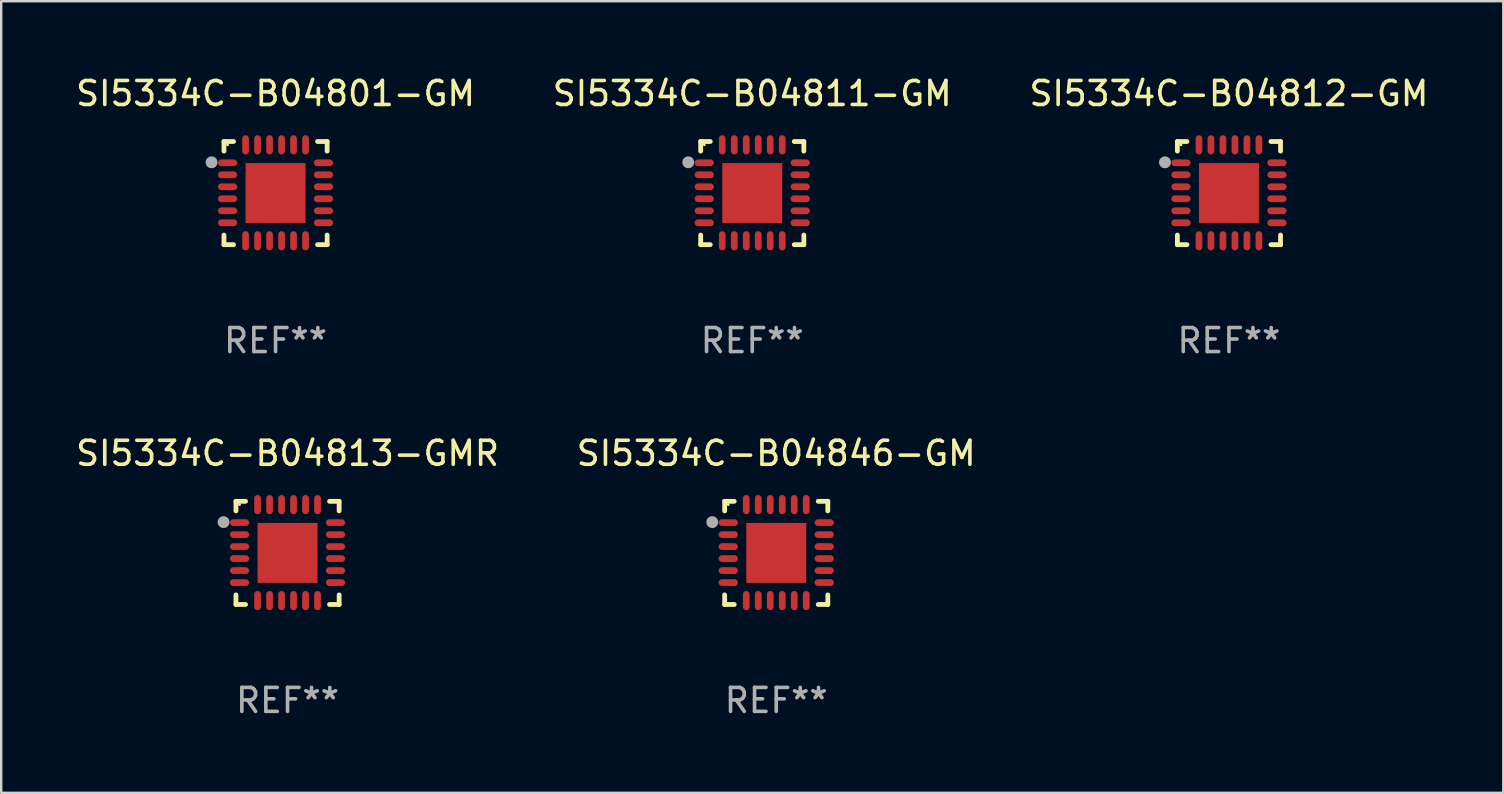
<source format=kicad_pcb>
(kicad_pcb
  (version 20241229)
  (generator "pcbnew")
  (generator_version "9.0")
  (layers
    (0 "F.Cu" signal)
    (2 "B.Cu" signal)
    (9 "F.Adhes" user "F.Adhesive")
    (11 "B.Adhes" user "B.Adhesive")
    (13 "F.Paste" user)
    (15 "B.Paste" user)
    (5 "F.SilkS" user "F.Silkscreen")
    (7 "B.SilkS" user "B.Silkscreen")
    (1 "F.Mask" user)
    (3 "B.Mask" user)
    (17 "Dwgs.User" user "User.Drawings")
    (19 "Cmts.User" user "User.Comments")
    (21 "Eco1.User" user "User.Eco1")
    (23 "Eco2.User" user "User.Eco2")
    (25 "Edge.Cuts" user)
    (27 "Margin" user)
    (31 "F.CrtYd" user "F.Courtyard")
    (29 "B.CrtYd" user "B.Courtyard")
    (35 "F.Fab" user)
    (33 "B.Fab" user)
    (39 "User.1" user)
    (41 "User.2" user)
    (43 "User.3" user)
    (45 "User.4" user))
  (footprint "SI5334C-B04846-GM"
    (layer "F.Cu")
    (at 29.304 19.995)
    (property "Reference" "SI5334C-B04846-GM" (at 0 -4.15 0) (layer "F.SilkS") (effects (font (size 1 1) (thickness 0.15))))
    (attr through_hole)
    (fp_line (start -2.15 -2.15) (end -1.75 -2.15) (stroke (width 0.2) (type solid)) (layer "F.SilkS"))
    (fp_line (start -2.15 -1.75) (end -2.15 -2.15) (stroke (width 0.2) (type solid)) (layer "F.SilkS"))
    (fp_line (start -2.15 2.15) (end -2.15 1.75) (stroke (width 0.2) (type solid)) (layer "F.SilkS"))
    (fp_line (start -1.75 2.15) (end -2.15 2.15) (stroke (width 0.2) (type solid)) (layer "F.SilkS"))
    (fp_line (start 1.75 -2.15) (end 2.15 -2.15) (stroke (width 0.2) (type solid)) (layer "F.SilkS"))
    (fp_line (start 1.75 2.15) (end 2.15 2.15) (stroke (width 0.2) (type solid)) (layer "F.SilkS"))
    (fp_line (start 2.15 -2.15) (end 2.15 -1.75) (stroke (width 0.2) (type solid)) (layer "F.SilkS"))
    (fp_line (start 2.15 2.15) (end 2.15 1.75) (stroke (width 0.2) (type solid)) (layer "F.SilkS"))
    (fp_circle (center -2 -2.013) (end -1.97 -2.013) (stroke (width 0.06) (type solid)) (fill no) (layer "F.SilkS"))
    (fp_circle (center -2.667 -1.283) (end -2.542 -1.283) (stroke (width 0.25) (type solid)) (fill no) (layer "F.Fab"))
    (fp_text user "REF**" (at 0 6.15 0) (layer "F.Fab") (effects (font (size 1 1) (thickness 0.15))))
    (pad "1" smd oval (at -2 -1.263) (size 0.8 0.28) (layers "F.Cu" "F.Mask" "F.Paste"))
    (pad "2" smd oval (at -2 -0.763) (size 0.8 0.28) (layers "F.Cu" "F.Mask" "F.Paste"))
    (pad "3" smd oval (at -2 -0.263) (size 0.8 0.28) (layers "F.Cu" "F.Mask" "F.Paste"))
    (pad "4" smd oval (at -2 0.237) (size 0.8 0.28) (layers "F.Cu" "F.Mask" "F.Paste"))
    (pad "5" smd oval (at -2 0.737) (size 0.8 0.28) (layers "F.Cu" "F.Mask" "F.Paste"))
    (pad "6" smd oval (at -2 1.237) (size 0.8 0.28) (layers "F.Cu" "F.Mask" "F.Paste"))
    (pad "7" smd oval (at -1.25 1.987) (size 0.28 0.8) (layers "F.Cu" "F.Mask" "F.Paste"))
    (pad "8" smd oval (at -0.75 1.987) (size 0.28 0.8) (layers "F.Cu" "F.Mask" "F.Paste"))
    (pad "9" smd oval (at -0.25 1.987) (size 0.28 0.8) (layers "F.Cu" "F.Mask" "F.Paste"))
    (pad "10" smd oval (at 0.25 1.987) (size 0.28 0.8) (layers "F.Cu" "F.Mask" "F.Paste"))
    (pad "11" smd oval (at 0.75 1.987) (size 0.28 0.8) (layers "F.Cu" "F.Mask" "F.Paste"))
    (pad "12" smd oval (at 1.25 1.987) (size 0.28 0.8) (layers "F.Cu" "F.Mask" "F.Paste"))
    (pad "13" smd oval (at 2 1.237) (size 0.8 0.28) (layers "F.Cu" "F.Mask" "F.Paste"))
    (pad "14" smd oval (at 2 0.737) (size 0.8 0.28) (layers "F.Cu" "F.Mask" "F.Paste"))
    (pad "15" smd oval (at 2 0.237) (size 0.8 0.28) (layers "F.Cu" "F.Mask" "F.Paste"))
    (pad "16" smd oval (at 2 -0.263) (size 0.8 0.28) (layers "F.Cu" "F.Mask" "F.Paste"))
    (pad "17" smd oval (at 2 -0.763) (size 0.8 0.28) (layers "F.Cu" "F.Mask" "F.Paste"))
    (pad "18" smd oval (at 2 -1.263) (size 0.8 0.28) (layers "F.Cu" "F.Mask" "F.Paste"))
    (pad "19" smd oval (at 1.25 -2.013) (size 0.28 0.8) (layers "F.Cu" "F.Mask" "F.Paste"))
    (pad "20" smd oval (at 0.75 -2.013) (size 0.28 0.8) (layers "F.Cu" "F.Mask" "F.Paste"))
    (pad "21" smd oval (at 0.25 -2.013) (size 0.28 0.8) (layers "F.Cu" "F.Mask" "F.Paste"))
    (pad "22" smd oval (at -0.25 -2.013) (size 0.28 0.8) (layers "F.Cu" "F.Mask" "F.Paste"))
    (pad "23" smd oval (at -0.75 -2.013) (size 0.28 0.8) (layers "F.Cu" "F.Mask" "F.Paste"))
    (pad "24" smd oval (at -1.25 -2.013) (size 0.28 0.8) (layers "F.Cu" "F.Mask" "F.Paste"))
    (pad "25" smd rect (at -0.000127 -0.00014) (size 2.5 2.5) (layers "F.Cu" "F.Mask" "F.Paste")))
  (footprint "SI5334C-B04811-GM"
    (layer "F.Cu")
    (at 28.304 4.998)
    (property "Reference" "SI5334C-B04811-GM" (at 0 -4.15 0) (layer "F.SilkS") (effects (font (size 1 1) (thickness 0.15))))
    (attr through_hole)
    (fp_line (start -2.15 -2.15) (end -1.75 -2.15) (stroke (width 0.2) (type solid)) (layer "F.SilkS"))
    (fp_line (start -2.15 -1.75) (end -2.15 -2.15) (stroke (width 0.2) (type solid)) (layer "F.SilkS"))
    (fp_line (start -2.15 2.15) (end -2.15 1.75) (stroke (width 0.2) (type solid)) (layer "F.SilkS"))
    (fp_line (start -1.75 2.15) (end -2.15 2.15) (stroke (width 0.2) (type solid)) (layer "F.SilkS"))
    (fp_line (start 1.75 -2.15) (end 2.15 -2.15) (stroke (width 0.2) (type solid)) (layer "F.SilkS"))
    (fp_line (start 1.75 2.15) (end 2.15 2.15) (stroke (width 0.2) (type solid)) (layer "F.SilkS"))
    (fp_line (start 2.15 -2.15) (end 2.15 -1.75) (stroke (width 0.2) (type solid)) (layer "F.SilkS"))
    (fp_line (start 2.15 2.15) (end 2.15 1.75) (stroke (width 0.2) (type solid)) (layer "F.SilkS"))
    (fp_circle (center -2 -2.013) (end -1.97 -2.013) (stroke (width 0.06) (type solid)) (fill no) (layer "F.SilkS"))
    (fp_circle (center -2.667 -1.283) (end -2.542 -1.283) (stroke (width 0.25) (type solid)) (fill no) (layer "F.Fab"))
    (fp_text user "REF**" (at 0 6.15 0) (layer "F.Fab") (effects (font (size 1 1) (thickness 0.15))))
    (pad "1" smd oval (at -2 -1.263) (size 0.8 0.28) (layers "F.Cu" "F.Mask" "F.Paste"))
    (pad "2" smd oval (at -2 -0.763) (size 0.8 0.28) (layers "F.Cu" "F.Mask" "F.Paste"))
    (pad "3" smd oval (at -2 -0.263) (size 0.8 0.28) (layers "F.Cu" "F.Mask" "F.Paste"))
    (pad "4" smd oval (at -2 0.237) (size 0.8 0.28) (layers "F.Cu" "F.Mask" "F.Paste"))
    (pad "5" smd oval (at -2 0.737) (size 0.8 0.28) (layers "F.Cu" "F.Mask" "F.Paste"))
    (pad "6" smd oval (at -2 1.237) (size 0.8 0.28) (layers "F.Cu" "F.Mask" "F.Paste"))
    (pad "7" smd oval (at -1.25 1.987) (size 0.28 0.8) (layers "F.Cu" "F.Mask" "F.Paste"))
    (pad "8" smd oval (at -0.75 1.987) (size 0.28 0.8) (layers "F.Cu" "F.Mask" "F.Paste"))
    (pad "9" smd oval (at -0.25 1.987) (size 0.28 0.8) (layers "F.Cu" "F.Mask" "F.Paste"))
    (pad "10" smd oval (at 0.25 1.987) (size 0.28 0.8) (layers "F.Cu" "F.Mask" "F.Paste"))
    (pad "11" smd oval (at 0.75 1.987) (size 0.28 0.8) (layers "F.Cu" "F.Mask" "F.Paste"))
    (pad "12" smd oval (at 1.25 1.987) (size 0.28 0.8) (layers "F.Cu" "F.Mask" "F.Paste"))
    (pad "13" smd oval (at 2 1.237) (size 0.8 0.28) (layers "F.Cu" "F.Mask" "F.Paste"))
    (pad "14" smd oval (at 2 0.737) (size 0.8 0.28) (layers "F.Cu" "F.Mask" "F.Paste"))
    (pad "15" smd oval (at 2 0.237) (size 0.8 0.28) (layers "F.Cu" "F.Mask" "F.Paste"))
    (pad "16" smd oval (at 2 -0.263) (size 0.8 0.28) (layers "F.Cu" "F.Mask" "F.Paste"))
    (pad "17" smd oval (at 2 -0.763) (size 0.8 0.28) (layers "F.Cu" "F.Mask" "F.Paste"))
    (pad "18" smd oval (at 2 -1.263) (size 0.8 0.28) (layers "F.Cu" "F.Mask" "F.Paste"))
    (pad "19" smd oval (at 1.25 -2.013) (size 0.28 0.8) (layers "F.Cu" "F.Mask" "F.Paste"))
    (pad "20" smd oval (at 0.75 -2.013) (size 0.28 0.8) (layers "F.Cu" "F.Mask" "F.Paste"))
    (pad "21" smd oval (at 0.25 -2.013) (size 0.28 0.8) (layers "F.Cu" "F.Mask" "F.Paste"))
    (pad "22" smd oval (at -0.25 -2.013) (size 0.28 0.8) (layers "F.Cu" "F.Mask" "F.Paste"))
    (pad "23" smd oval (at -0.75 -2.013) (size 0.28 0.8) (layers "F.Cu" "F.Mask" "F.Paste"))
    (pad "24" smd oval (at -1.25 -2.013) (size 0.28 0.8) (layers "F.Cu" "F.Mask" "F.Paste"))
    (pad "25" smd rect (at -0.000127 -0.00014) (size 2.5 2.5) (layers "F.Cu" "F.Mask" "F.Paste")))
  (footprint "SI5334C-B04813-GMR"
    (layer "F.Cu")
    (at 8.935 19.995)
    (property "Reference" "SI5334C-B04813-GMR" (at 0 -4.15 0) (layer "F.SilkS") (effects (font (size 1 1) (thickness 0.15))))
    (attr through_hole)
    (fp_line (start -2.15 -2.15) (end -1.75 -2.15) (stroke (width 0.2) (type solid)) (layer "F.SilkS"))
    (fp_line (start -2.15 -1.75) (end -2.15 -2.15) (stroke (width 0.2) (type solid)) (layer "F.SilkS"))
    (fp_line (start -2.15 2.15) (end -2.15 1.75) (stroke (width 0.2) (type solid)) (layer "F.SilkS"))
    (fp_line (start -1.75 2.15) (end -2.15 2.15) (stroke (width 0.2) (type solid)) (layer "F.SilkS"))
    (fp_line (start 1.75 -2.15) (end 2.15 -2.15) (stroke (width 0.2) (type solid)) (layer "F.SilkS"))
    (fp_line (start 1.75 2.15) (end 2.15 2.15) (stroke (width 0.2) (type solid)) (layer "F.SilkS"))
    (fp_line (start 2.15 -2.15) (end 2.15 -1.75) (stroke (width 0.2) (type solid)) (layer "F.SilkS"))
    (fp_line (start 2.15 2.15) (end 2.15 1.75) (stroke (width 0.2) (type solid)) (layer "F.SilkS"))
    (fp_circle (center -2 -2.013) (end -1.97 -2.013) (stroke (width 0.06) (type solid)) (fill no) (layer "F.SilkS"))
    (fp_circle (center -2.667 -1.283) (end -2.542 -1.283) (stroke (width 0.25) (type solid)) (fill no) (layer "F.Fab"))
    (fp_text user "REF**" (at 0 6.15 0) (layer "F.Fab") (effects (font (size 1 1) (thickness 0.15))))
    (pad "1" smd oval (at -2 -1.263) (size 0.8 0.28) (layers "F.Cu" "F.Mask" "F.Paste"))
    (pad "2" smd oval (at -2 -0.763) (size 0.8 0.28) (layers "F.Cu" "F.Mask" "F.Paste"))
    (pad "3" smd oval (at -2 -0.263) (size 0.8 0.28) (layers "F.Cu" "F.Mask" "F.Paste"))
    (pad "4" smd oval (at -2 0.237) (size 0.8 0.28) (layers "F.Cu" "F.Mask" "F.Paste"))
    (pad "5" smd oval (at -2 0.737) (size 0.8 0.28) (layers "F.Cu" "F.Mask" "F.Paste"))
    (pad "6" smd oval (at -2 1.237) (size 0.8 0.28) (layers "F.Cu" "F.Mask" "F.Paste"))
    (pad "7" smd oval (at -1.25 1.987) (size 0.28 0.8) (layers "F.Cu" "F.Mask" "F.Paste"))
    (pad "8" smd oval (at -0.75 1.987) (size 0.28 0.8) (layers "F.Cu" "F.Mask" "F.Paste"))
    (pad "9" smd oval (at -0.25 1.987) (size 0.28 0.8) (layers "F.Cu" "F.Mask" "F.Paste"))
    (pad "10" smd oval (at 0.25 1.987) (size 0.28 0.8) (layers "F.Cu" "F.Mask" "F.Paste"))
    (pad "11" smd oval (at 0.75 1.987) (size 0.28 0.8) (layers "F.Cu" "F.Mask" "F.Paste"))
    (pad "12" smd oval (at 1.25 1.987) (size 0.28 0.8) (layers "F.Cu" "F.Mask" "F.Paste"))
    (pad "13" smd oval (at 2 1.237) (size 0.8 0.28) (layers "F.Cu" "F.Mask" "F.Paste"))
    (pad "14" smd oval (at 2 0.737) (size 0.8 0.28) (layers "F.Cu" "F.Mask" "F.Paste"))
    (pad "15" smd oval (at 2 0.237) (size 0.8 0.28) (layers "F.Cu" "F.Mask" "F.Paste"))
    (pad "16" smd oval (at 2 -0.263) (size 0.8 0.28) (layers "F.Cu" "F.Mask" "F.Paste"))
    (pad "17" smd oval (at 2 -0.763) (size 0.8 0.28) (layers "F.Cu" "F.Mask" "F.Paste"))
    (pad "18" smd oval (at 2 -1.263) (size 0.8 0.28) (layers "F.Cu" "F.Mask" "F.Paste"))
    (pad "19" smd oval (at 1.25 -2.013) (size 0.28 0.8) (layers "F.Cu" "F.Mask" "F.Paste"))
    (pad "20" smd oval (at 0.75 -2.013) (size 0.28 0.8) (layers "F.Cu" "F.Mask" "F.Paste"))
    (pad "21" smd oval (at 0.25 -2.013) (size 0.28 0.8) (layers "F.Cu" "F.Mask" "F.Paste"))
    (pad "22" smd oval (at -0.25 -2.013) (size 0.28 0.8) (layers "F.Cu" "F.Mask" "F.Paste"))
    (pad "23" smd oval (at -0.75 -2.013) (size 0.28 0.8) (layers "F.Cu" "F.Mask" "F.Paste"))
    (pad "24" smd oval (at -1.25 -2.013) (size 0.28 0.8) (layers "F.Cu" "F.Mask" "F.Paste"))
    (pad "25" smd rect (at -0.000127 -0.00014) (size 2.5 2.5) (layers "F.Cu" "F.Mask" "F.Paste")))
  (footprint "SI5334C-B04801-GM"
    (layer "F.Cu")
    (at 8.435 4.998)
    (property "Reference" "SI5334C-B04801-GM" (at 0 -4.15 0) (layer "F.SilkS") (effects (font (size 1 1) (thickness 0.15))))
    (attr through_hole)
    (fp_line (start -2.15 -2.15) (end -1.75 -2.15) (stroke (width 0.2) (type solid)) (layer "F.SilkS"))
    (fp_line (start -2.15 -1.75) (end -2.15 -2.15) (stroke (width 0.2) (type solid)) (layer "F.SilkS"))
    (fp_line (start -2.15 2.15) (end -2.15 1.75) (stroke (width 0.2) (type solid)) (layer "F.SilkS"))
    (fp_line (start -1.75 2.15) (end -2.15 2.15) (stroke (width 0.2) (type solid)) (layer "F.SilkS"))
    (fp_line (start 1.75 -2.15) (end 2.15 -2.15) (stroke (width 0.2) (type solid)) (layer "F.SilkS"))
    (fp_line (start 1.75 2.15) (end 2.15 2.15) (stroke (width 0.2) (type solid)) (layer "F.SilkS"))
    (fp_line (start 2.15 -2.15) (end 2.15 -1.75) (stroke (width 0.2) (type solid)) (layer "F.SilkS"))
    (fp_line (start 2.15 2.15) (end 2.15 1.75) (stroke (width 0.2) (type solid)) (layer "F.SilkS"))
    (fp_circle (center -2 -2.013) (end -1.97 -2.013) (stroke (width 0.06) (type solid)) (fill no) (layer "F.SilkS"))
    (fp_circle (center -2.667 -1.283) (end -2.542 -1.283) (stroke (width 0.25) (type solid)) (fill no) (layer "F.Fab"))
    (fp_text user "REF**" (at 0 6.15 0) (layer "F.Fab") (effects (font (size 1 1) (thickness 0.15))))
    (pad "1" smd oval (at -2 -1.263) (size 0.8 0.28) (layers "F.Cu" "F.Mask" "F.Paste"))
    (pad "2" smd oval (at -2 -0.763) (size 0.8 0.28) (layers "F.Cu" "F.Mask" "F.Paste"))
    (pad "3" smd oval (at -2 -0.263) (size 0.8 0.28) (layers "F.Cu" "F.Mask" "F.Paste"))
    (pad "4" smd oval (at -2 0.237) (size 0.8 0.28) (layers "F.Cu" "F.Mask" "F.Paste"))
    (pad "5" smd oval (at -2 0.737) (size 0.8 0.28) (layers "F.Cu" "F.Mask" "F.Paste"))
    (pad "6" smd oval (at -2 1.237) (size 0.8 0.28) (layers "F.Cu" "F.Mask" "F.Paste"))
    (pad "7" smd oval (at -1.25 1.987) (size 0.28 0.8) (layers "F.Cu" "F.Mask" "F.Paste"))
    (pad "8" smd oval (at -0.75 1.987) (size 0.28 0.8) (layers "F.Cu" "F.Mask" "F.Paste"))
    (pad "9" smd oval (at -0.25 1.987) (size 0.28 0.8) (layers "F.Cu" "F.Mask" "F.Paste"))
    (pad "10" smd oval (at 0.25 1.987) (size 0.28 0.8) (layers "F.Cu" "F.Mask" "F.Paste"))
    (pad "11" smd oval (at 0.75 1.987) (size 0.28 0.8) (layers "F.Cu" "F.Mask" "F.Paste"))
    (pad "12" smd oval (at 1.25 1.987) (size 0.28 0.8) (layers "F.Cu" "F.Mask" "F.Paste"))
    (pad "13" smd oval (at 2 1.237) (size 0.8 0.28) (layers "F.Cu" "F.Mask" "F.Paste"))
    (pad "14" smd oval (at 2 0.737) (size 0.8 0.28) (layers "F.Cu" "F.Mask" "F.Paste"))
    (pad "15" smd oval (at 2 0.237) (size 0.8 0.28) (layers "F.Cu" "F.Mask" "F.Paste"))
    (pad "16" smd oval (at 2 -0.263) (size 0.8 0.28) (layers "F.Cu" "F.Mask" "F.Paste"))
    (pad "17" smd oval (at 2 -0.763) (size 0.8 0.28) (layers "F.Cu" "F.Mask" "F.Paste"))
    (pad "18" smd oval (at 2 -1.263) (size 0.8 0.28) (layers "F.Cu" "F.Mask" "F.Paste"))
    (pad "19" smd oval (at 1.25 -2.013) (size 0.28 0.8) (layers "F.Cu" "F.Mask" "F.Paste"))
    (pad "20" smd oval (at 0.75 -2.013) (size 0.28 0.8) (layers "F.Cu" "F.Mask" "F.Paste"))
    (pad "21" smd oval (at 0.25 -2.013) (size 0.28 0.8) (layers "F.Cu" "F.Mask" "F.Paste"))
    (pad "22" smd oval (at -0.25 -2.013) (size 0.28 0.8) (layers "F.Cu" "F.Mask" "F.Paste"))
    (pad "23" smd oval (at -0.75 -2.013) (size 0.28 0.8) (layers "F.Cu" "F.Mask" "F.Paste"))
    (pad "24" smd oval (at -1.25 -2.013) (size 0.28 0.8) (layers "F.Cu" "F.Mask" "F.Paste"))
    (pad "25" smd rect (at -0.000127 -0.00014) (size 2.5 2.5) (layers "F.Cu" "F.Mask" "F.Paste")))
  (footprint "SI5334C-B04812-GM"
    (layer "F.Cu")
    (at 48.173 4.998)
    (property "Reference" "SI5334C-B04812-GM" (at 0 -4.15 0) (layer "F.SilkS") (effects (font (size 1 1) (thickness 0.15))))
    (attr through_hole)
    (fp_line (start -2.15 -2.15) (end -1.75 -2.15) (stroke (width 0.2) (type solid)) (layer "F.SilkS"))
    (fp_line (start -2.15 -1.75) (end -2.15 -2.15) (stroke (width 0.2) (type solid)) (layer "F.SilkS"))
    (fp_line (start -2.15 2.15) (end -2.15 1.75) (stroke (width 0.2) (type solid)) (layer "F.SilkS"))
    (fp_line (start -1.75 2.15) (end -2.15 2.15) (stroke (width 0.2) (type solid)) (layer "F.SilkS"))
    (fp_line (start 1.75 -2.15) (end 2.15 -2.15) (stroke (width 0.2) (type solid)) (layer "F.SilkS"))
    (fp_line (start 1.75 2.15) (end 2.15 2.15) (stroke (width 0.2) (type solid)) (layer "F.SilkS"))
    (fp_line (start 2.15 -2.15) (end 2.15 -1.75) (stroke (width 0.2) (type solid)) (layer "F.SilkS"))
    (fp_line (start 2.15 2.15) (end 2.15 1.75) (stroke (width 0.2) (type solid)) (layer "F.SilkS"))
    (fp_circle (center -2 -2.013) (end -1.97 -2.013) (stroke (width 0.06) (type solid)) (fill no) (layer "F.SilkS"))
    (fp_circle (center -2.667 -1.283) (end -2.542 -1.283) (stroke (width 0.25) (type solid)) (fill no) (layer "F.Fab"))
    (fp_text user "REF**" (at 0 6.15 0) (layer "F.Fab") (effects (font (size 1 1) (thickness 0.15))))
    (pad "1" smd oval (at -2 -1.263) (size 0.8 0.28) (layers "F.Cu" "F.Mask" "F.Paste"))
    (pad "2" smd oval (at -2 -0.763) (size 0.8 0.28) (layers "F.Cu" "F.Mask" "F.Paste"))
    (pad "3" smd oval (at -2 -0.263) (size 0.8 0.28) (layers "F.Cu" "F.Mask" "F.Paste"))
    (pad "4" smd oval (at -2 0.237) (size 0.8 0.28) (layers "F.Cu" "F.Mask" "F.Paste"))
    (pad "5" smd oval (at -2 0.737) (size 0.8 0.28) (layers "F.Cu" "F.Mask" "F.Paste"))
    (pad "6" smd oval (at -2 1.237) (size 0.8 0.28) (layers "F.Cu" "F.Mask" "F.Paste"))
    (pad "7" smd oval (at -1.25 1.987) (size 0.28 0.8) (layers "F.Cu" "F.Mask" "F.Paste"))
    (pad "8" smd oval (at -0.75 1.987) (size 0.28 0.8) (layers "F.Cu" "F.Mask" "F.Paste"))
    (pad "9" smd oval (at -0.25 1.987) (size 0.28 0.8) (layers "F.Cu" "F.Mask" "F.Paste"))
    (pad "10" smd oval (at 0.25 1.987) (size 0.28 0.8) (layers "F.Cu" "F.Mask" "F.Paste"))
    (pad "11" smd oval (at 0.75 1.987) (size 0.28 0.8) (layers "F.Cu" "F.Mask" "F.Paste"))
    (pad "12" smd oval (at 1.25 1.987) (size 0.28 0.8) (layers "F.Cu" "F.Mask" "F.Paste"))
    (pad "13" smd oval (at 2 1.237) (size 0.8 0.28) (layers "F.Cu" "F.Mask" "F.Paste"))
    (pad "14" smd oval (at 2 0.737) (size 0.8 0.28) (layers "F.Cu" "F.Mask" "F.Paste"))
    (pad "15" smd oval (at 2 0.237) (size 0.8 0.28) (layers "F.Cu" "F.Mask" "F.Paste"))
    (pad "16" smd oval (at 2 -0.263) (size 0.8 0.28) (layers "F.Cu" "F.Mask" "F.Paste"))
    (pad "17" smd oval (at 2 -0.763) (size 0.8 0.28) (layers "F.Cu" "F.Mask" "F.Paste"))
    (pad "18" smd oval (at 2 -1.263) (size 0.8 0.28) (layers "F.Cu" "F.Mask" "F.Paste"))
    (pad "19" smd oval (at 1.25 -2.013) (size 0.28 0.8) (layers "F.Cu" "F.Mask" "F.Paste"))
    (pad "20" smd oval (at 0.75 -2.013) (size 0.28 0.8) (layers "F.Cu" "F.Mask" "F.Paste"))
    (pad "21" smd oval (at 0.25 -2.013) (size 0.28 0.8) (layers "F.Cu" "F.Mask" "F.Paste"))
    (pad "22" smd oval (at -0.25 -2.013) (size 0.28 0.8) (layers "F.Cu" "F.Mask" "F.Paste"))
    (pad "23" smd oval (at -0.75 -2.013) (size 0.28 0.8) (layers "F.Cu" "F.Mask" "F.Paste"))
    (pad "24" smd oval (at -1.25 -2.013) (size 0.28 0.8) (layers "F.Cu" "F.Mask" "F.Paste"))
    (pad "25" smd rect (at -0.000127 -0.00014) (size 2.5 2.5) (layers "F.Cu" "F.Mask" "F.Paste")))
  (gr_rect
    (start -3 -3)
    (end 59.607 29.993)
    (stroke (width 0.1) (type default))
    (fill no)
    (layer "Edge.Cuts")))
</source>
